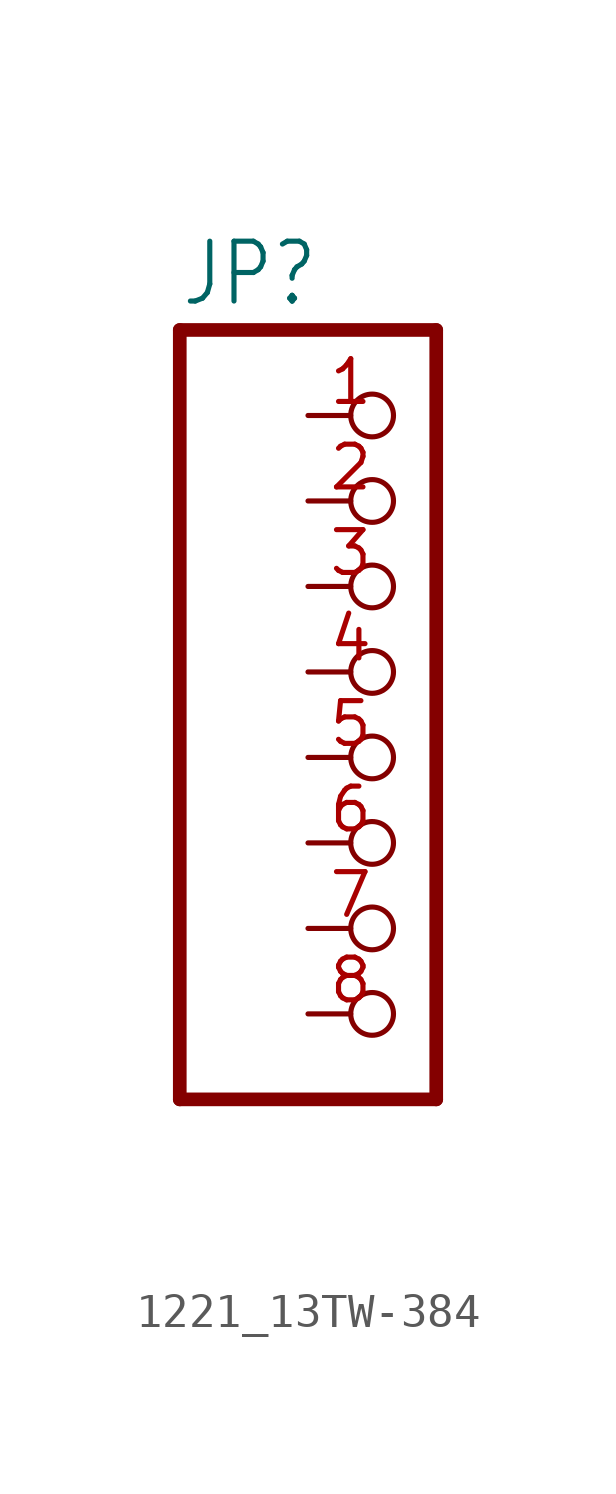
<source format=kicad_sym>
(kicad_symbol_lib
  (version 20220914)
  (generator kicad_symbol_editor)
  (symbol "1221_13TW-384"
    (property "Reference" "JP"
      (at -6.35 13.335 0)
      (effects (font (size 1.778 1.511)) (justify left bottom)))
    (property "Value" ""
      (at -6.35 -12.7 0)
      (effects (font (size 1.778 1.511)) (justify left bottom)))
    (property "ki_locked" ""
      (at 0 0 0)
      (effects (font (size 1.27 1.27))))
    (symbol "1221_13TW-384_1_0"
      (polyline (pts (xy -6.35 -10.16) (xy 1.27 -10.16)) (stroke (width 0.406) (type solid)) (fill (type none)))
      (polyline (pts (xy -6.35 12.7) (xy -6.35 -10.16)) (stroke (width 0.406) (type solid)) (fill (type none)))
      (polyline (pts (xy 1.27 -10.16) (xy 1.27 12.7)) (stroke (width 0.406) (type solid)) (fill (type none)))
      (polyline (pts (xy 1.27 12.7) (xy -6.35 12.7)) (stroke (width 0.406) (type solid)) (fill (type none)))
      (pin passive inverted (at -2.54 10.16 0) (length 2.54) (name "1" (effects (font (size 0 0)))) (number "1" (effects (font (size 1.27 1.27)))))
      (pin passive inverted (at -2.54 7.62 0) (length 2.54) (name "2" (effects (font (size 0 0)))) (number "2" (effects (font (size 1.27 1.27)))))
      (pin passive inverted (at -2.54 5.08 0) (length 2.54) (name "3" (effects (font (size 0 0)))) (number "3" (effects (font (size 1.27 1.27)))))
      (pin passive inverted (at -2.54 2.54 0) (length 2.54) (name "4" (effects (font (size 0 0)))) (number "4" (effects (font (size 1.27 1.27)))))
      (pin passive inverted (at -2.54 0 0) (length 2.54) (name "5" (effects (font (size 0 0)))) (number "5" (effects (font (size 1.27 1.27)))))
      (pin passive inverted (at -2.54 -2.54 0) (length 2.54) (name "6" (effects (font (size 0 0)))) (number "6" (effects (font (size 1.27 1.27)))))
      (pin passive inverted (at -2.54 -5.08 0) (length 2.54) (name "7" (effects (font (size 0 0)))) (number "7" (effects (font (size 1.27 1.27)))))
      (pin passive inverted (at -2.54 -7.62 0) (length 2.54) (name "8" (effects (font (size 0 0)))) (number "8" (effects (font (size 1.27 1.27))))))))
</source>
